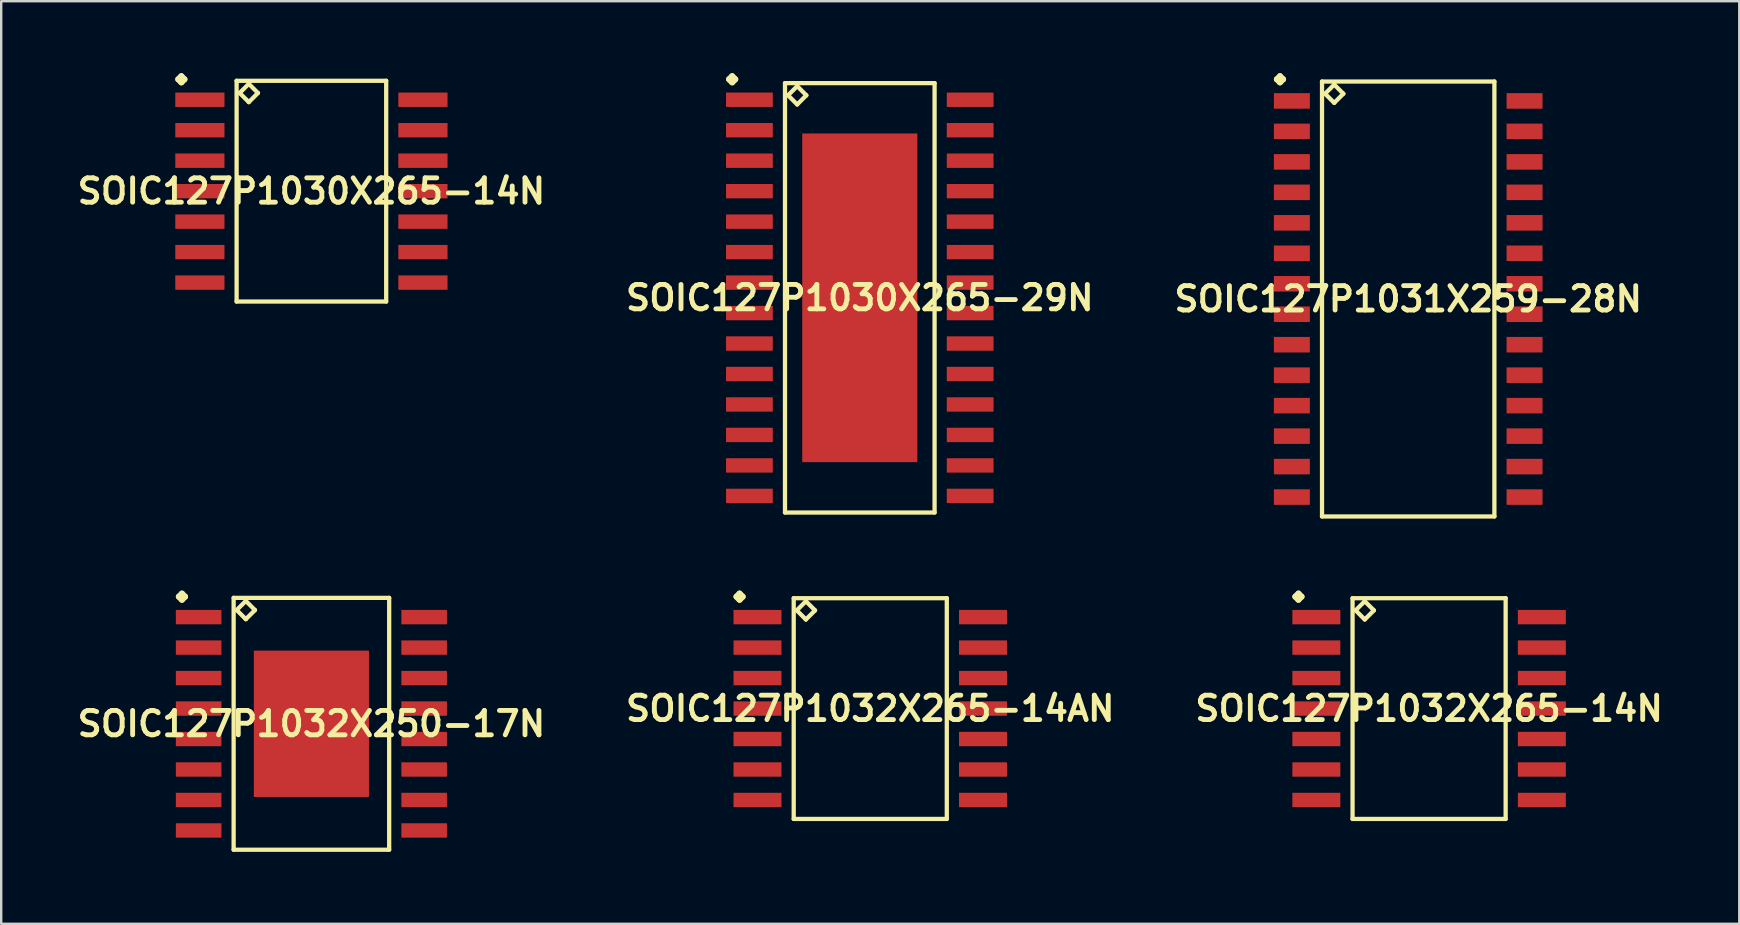
<source format=kicad_pcb>
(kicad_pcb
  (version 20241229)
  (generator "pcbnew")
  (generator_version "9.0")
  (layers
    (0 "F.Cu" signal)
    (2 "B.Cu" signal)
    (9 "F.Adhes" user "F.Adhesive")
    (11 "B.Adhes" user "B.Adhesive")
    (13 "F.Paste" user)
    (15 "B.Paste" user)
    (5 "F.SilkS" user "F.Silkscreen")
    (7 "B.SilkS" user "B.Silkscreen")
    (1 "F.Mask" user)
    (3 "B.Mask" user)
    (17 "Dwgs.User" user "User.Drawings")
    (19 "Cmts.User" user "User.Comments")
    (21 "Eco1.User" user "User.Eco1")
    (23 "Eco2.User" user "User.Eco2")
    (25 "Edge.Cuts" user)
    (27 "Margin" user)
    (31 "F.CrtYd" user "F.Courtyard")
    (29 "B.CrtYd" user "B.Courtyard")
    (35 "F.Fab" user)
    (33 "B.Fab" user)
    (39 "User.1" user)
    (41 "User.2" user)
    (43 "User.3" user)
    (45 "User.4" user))
  (footprint "SOIC127P1030X265-14N"
    (layer "F.Cu")
    (at 9.928 4.917)
    (property "Reference" "SOIC127P1030X265-14N" (at 0 0 0) (layer "F.SilkS") (effects (font (size 1.016 1.016) (thickness 0.203))))
    (attr smd)
    (fp_line (start -5.547 -4.663) (end -5.42 -4.79) (stroke (width 0.254) (type solid)) (layer "F.SilkS"))
    (fp_line (start -5.42 -4.79) (end -5.293 -4.663) (stroke (width 0.254) (type solid)) (layer "F.SilkS"))
    (fp_line (start -5.42 -4.536) (end -5.547 -4.663) (stroke (width 0.254) (type solid)) (layer "F.SilkS"))
    (fp_line (start -5.293 -4.663) (end -5.42 -4.536) (stroke (width 0.254) (type solid)) (layer "F.SilkS"))
    (fp_line (start -3.117 -4.6) (end -3.117 4.6) (stroke (width 0.178) (type solid)) (layer "F.SilkS"))
    (fp_line (start -3.117 4.6) (end 3.117 4.6) (stroke (width 0.178) (type solid)) (layer "F.SilkS"))
    (fp_line (start -2.99 -4.092) (end -2.609 -4.473) (stroke (width 0.178) (type solid)) (layer "F.SilkS"))
    (fp_line (start -2.609 -4.473) (end -2.228 -4.092) (stroke (width 0.178) (type solid)) (layer "F.SilkS"))
    (fp_line (start -2.609 -3.711) (end -2.99 -4.092) (stroke (width 0.178) (type solid)) (layer "F.SilkS"))
    (fp_line (start -2.228 -4.092) (end -2.609 -3.711) (stroke (width 0.178) (type solid)) (layer "F.SilkS"))
    (fp_line (start 3.117 -4.6) (end -3.117 -4.6) (stroke (width 0.178) (type solid)) (layer "F.SilkS"))
    (fp_line (start 3.117 4.6) (end 3.117 -4.6) (stroke (width 0.178) (type solid)) (layer "F.SilkS"))
    (pad "1" smd rect (at -4.648 -3.81) (size 2.05 0.599) (layers "F.Cu" "F.Mask" "F.Paste"))
    (pad "2" smd rect (at -4.648 -2.54) (size 2.05 0.599) (layers "F.Cu" "F.Mask" "F.Paste"))
    (pad "3" smd rect (at -4.648 -1.27) (size 2.05 0.599) (layers "F.Cu" "F.Mask" "F.Paste"))
    (pad "4" smd rect (at -4.648 0) (size 2.05 0.599) (layers "F.Cu" "F.Mask" "F.Paste"))
    (pad "5" smd rect (at -4.648 1.27) (size 2.05 0.599) (layers "F.Cu" "F.Mask" "F.Paste"))
    (pad "6" smd rect (at -4.648 2.54) (size 2.05 0.599) (layers "F.Cu" "F.Mask" "F.Paste"))
    (pad "7" smd rect (at -4.648 3.81) (size 2.05 0.599) (layers "F.Cu" "F.Mask" "F.Paste"))
    (pad "8" smd rect (at 4.648 3.81) (size 2.05 0.599) (layers "F.Cu" "F.Mask" "F.Paste"))
    (pad "9" smd rect (at 4.648 2.54) (size 2.05 0.599) (layers "F.Cu" "F.Mask" "F.Paste"))
    (pad "10" smd rect (at 4.648 1.27) (size 2.05 0.599) (layers "F.Cu" "F.Mask" "F.Paste"))
    (pad "11" smd rect (at 4.648 0) (size 2.05 0.599) (layers "F.Cu" "F.Mask" "F.Paste"))
    (pad "12" smd rect (at 4.648 -1.27) (size 2.05 0.599) (layers "F.Cu" "F.Mask" "F.Paste"))
    (pad "13" smd rect (at 4.648 -2.54) (size 2.05 0.599) (layers "F.Cu" "F.Mask" "F.Paste"))
    (pad "14" smd rect (at 4.648 -3.81) (size 2.05 0.599) (layers "F.Cu" "F.Mask" "F.Paste")))
  (footprint "SOIC127P1032X265-14N"
    (layer "F.Cu")
    (at 56.51 26.48)
    (property "Reference" "SOIC127P1032X265-14N" (at 0 0 0) (layer "F.SilkS") (effects (font (size 1.016 1.016) (thickness 0.203))))
    (attr smd)
    (fp_line (start -5.573 -4.663) (end -5.446 -4.79) (stroke (width 0.254) (type solid)) (layer "F.SilkS"))
    (fp_line (start -5.446 -4.79) (end -5.319 -4.663) (stroke (width 0.254) (type solid)) (layer "F.SilkS"))
    (fp_line (start -5.446 -4.536) (end -5.573 -4.663) (stroke (width 0.254) (type solid)) (layer "F.SilkS"))
    (fp_line (start -5.319 -4.663) (end -5.446 -4.536) (stroke (width 0.254) (type solid)) (layer "F.SilkS"))
    (fp_line (start -3.19 -4.6) (end -3.19 4.6) (stroke (width 0.178) (type solid)) (layer "F.SilkS"))
    (fp_line (start -3.19 4.6) (end 3.19 4.6) (stroke (width 0.178) (type solid)) (layer "F.SilkS"))
    (fp_line (start -3.063 -4.092) (end -2.682 -4.473) (stroke (width 0.178) (type solid)) (layer "F.SilkS"))
    (fp_line (start -2.682 -4.473) (end -2.301 -4.092) (stroke (width 0.178) (type solid)) (layer "F.SilkS"))
    (fp_line (start -2.682 -3.711) (end -3.063 -4.092) (stroke (width 0.178) (type solid)) (layer "F.SilkS"))
    (fp_line (start -2.301 -4.092) (end -2.682 -3.711) (stroke (width 0.178) (type solid)) (layer "F.SilkS"))
    (fp_line (start 3.19 -4.6) (end -3.19 -4.6) (stroke (width 0.178) (type solid)) (layer "F.SilkS"))
    (fp_line (start 3.19 4.6) (end 3.19 -4.6) (stroke (width 0.178) (type solid)) (layer "F.SilkS"))
    (pad "1" smd rect (at -4.699 -3.81) (size 1.999 0.599) (layers "F.Cu" "F.Mask" "F.Paste"))
    (pad "2" smd rect (at -4.699 -2.54) (size 1.999 0.599) (layers "F.Cu" "F.Mask" "F.Paste"))
    (pad "3" smd rect (at -4.699 -1.27) (size 1.999 0.599) (layers "F.Cu" "F.Mask" "F.Paste"))
    (pad "4" smd rect (at -4.699 0) (size 1.999 0.599) (layers "F.Cu" "F.Mask" "F.Paste"))
    (pad "5" smd rect (at -4.699 1.27) (size 1.999 0.599) (layers "F.Cu" "F.Mask" "F.Paste"))
    (pad "6" smd rect (at -4.699 2.54) (size 1.999 0.599) (layers "F.Cu" "F.Mask" "F.Paste"))
    (pad "7" smd rect (at -4.699 3.81) (size 1.999 0.599) (layers "F.Cu" "F.Mask" "F.Paste"))
    (pad "8" smd rect (at 4.699 3.81) (size 1.999 0.599) (layers "F.Cu" "F.Mask" "F.Paste"))
    (pad "9" smd rect (at 4.699 2.54) (size 1.999 0.599) (layers "F.Cu" "F.Mask" "F.Paste"))
    (pad "10" smd rect (at 4.699 1.27) (size 1.999 0.599) (layers "F.Cu" "F.Mask" "F.Paste"))
    (pad "11" smd rect (at 4.699 0) (size 1.999 0.599) (layers "F.Cu" "F.Mask" "F.Paste"))
    (pad "12" smd rect (at 4.699 -1.27) (size 1.999 0.599) (layers "F.Cu" "F.Mask" "F.Paste"))
    (pad "13" smd rect (at 4.699 -2.54) (size 1.999 0.599) (layers "F.Cu" "F.Mask" "F.Paste"))
    (pad "14" smd rect (at 4.699 -3.81) (size 1.999 0.599) (layers "F.Cu" "F.Mask" "F.Paste")))
  (footprint "SOIC127P1032X250-17N"
    (layer "F.Cu")
    (at 9.928 27.115)
    (property "Reference" "SOIC127P1032X250-17N" (at 0 0 0) (layer "F.SilkS") (effects (font (size 1.016 1.016) (thickness 0.203))))
    (attr smd)
    (fp_line (start -5.522 -5.298) (end -5.395 -5.425) (stroke (width 0.254) (type solid)) (layer "F.SilkS"))
    (fp_line (start -5.395 -5.425) (end -5.268 -5.298) (stroke (width 0.254) (type solid)) (layer "F.SilkS"))
    (fp_line (start -5.395 -5.171) (end -5.522 -5.298) (stroke (width 0.254) (type solid)) (layer "F.SilkS"))
    (fp_line (start -5.268 -5.298) (end -5.395 -5.171) (stroke (width 0.254) (type solid)) (layer "F.SilkS"))
    (fp_line (start -3.241 -5.248) (end -3.241 5.248) (stroke (width 0.178) (type solid)) (layer "F.SilkS"))
    (fp_line (start -3.241 5.248) (end 3.241 5.248) (stroke (width 0.178) (type solid)) (layer "F.SilkS"))
    (fp_line (start -3.114 -4.74) (end -2.733 -5.121) (stroke (width 0.178) (type solid)) (layer "F.SilkS"))
    (fp_line (start -2.733 -5.121) (end -2.352 -4.74) (stroke (width 0.178) (type solid)) (layer "F.SilkS"))
    (fp_line (start -2.733 -4.359) (end -3.114 -4.74) (stroke (width 0.178) (type solid)) (layer "F.SilkS"))
    (fp_line (start -2.352 -4.74) (end -2.733 -4.359) (stroke (width 0.178) (type solid)) (layer "F.SilkS"))
    (fp_line (start 3.241 -5.248) (end -3.241 -5.248) (stroke (width 0.178) (type solid)) (layer "F.SilkS"))
    (fp_line (start 3.241 5.248) (end 3.241 -5.248) (stroke (width 0.178) (type solid)) (layer "F.SilkS"))
    (pad "1" smd rect (at -4.699 -4.445) (size 1.9 0.599) (layers "F.Cu" "F.Mask" "F.Paste"))
    (pad "2" smd rect (at -4.699 -3.175) (size 1.9 0.599) (layers "F.Cu" "F.Mask" "F.Paste"))
    (pad "3" smd rect (at -4.699 -1.905) (size 1.9 0.599) (layers "F.Cu" "F.Mask" "F.Paste"))
    (pad "4" smd rect (at -4.699 -0.635) (size 1.9 0.599) (layers "F.Cu" "F.Mask" "F.Paste"))
    (pad "5" smd rect (at -4.699 0.635) (size 1.9 0.599) (layers "F.Cu" "F.Mask" "F.Paste"))
    (pad "6" smd rect (at -4.699 1.905) (size 1.9 0.599) (layers "F.Cu" "F.Mask" "F.Paste"))
    (pad "7" smd rect (at -4.699 3.175) (size 1.9 0.599) (layers "F.Cu" "F.Mask" "F.Paste"))
    (pad "8" smd rect (at -4.699 4.445) (size 1.9 0.599) (layers "F.Cu" "F.Mask" "F.Paste"))
    (pad "9" smd rect (at 4.699 4.445) (size 1.9 0.599) (layers "F.Cu" "F.Mask" "F.Paste"))
    (pad "10" smd rect (at 4.699 3.175) (size 1.9 0.599) (layers "F.Cu" "F.Mask" "F.Paste"))
    (pad "11" smd rect (at 4.699 1.905) (size 1.9 0.599) (layers "F.Cu" "F.Mask" "F.Paste"))
    (pad "12" smd rect (at 4.699 0.635) (size 1.9 0.599) (layers "F.Cu" "F.Mask" "F.Paste"))
    (pad "13" smd rect (at 4.699 -0.635) (size 1.9 0.599) (layers "F.Cu" "F.Mask" "F.Paste"))
    (pad "14" smd rect (at 4.699 -1.905) (size 1.9 0.599) (layers "F.Cu" "F.Mask" "F.Paste"))
    (pad "15" smd rect (at 4.699 -3.175) (size 1.9 0.599) (layers "F.Cu" "F.Mask" "F.Paste"))
    (pad "16" smd rect (at 4.699 -4.445) (size 1.9 0.599) (layers "F.Cu" "F.Mask" "F.Paste"))
    (pad "17" smd rect (at 0 0) (size 4.798 6.099) (layers "F.Cu" "F.Mask" "F.Paste")))
  (footprint "SOIC127P1031X259-28N"
    (layer "F.Cu")
    (at 55.639 9.411)
    (property "Reference" "SOIC127P1031X259-28N" (at 0 0 0) (layer "F.SilkS") (effects (font (size 1.016 1.016) (thickness 0.203))))
    (attr smd)
    (fp_line (start -5.471 -9.157) (end -5.344 -9.284) (stroke (width 0.254) (type solid)) (layer "F.SilkS"))
    (fp_line (start -5.344 -9.284) (end -5.217 -9.157) (stroke (width 0.254) (type solid)) (layer "F.SilkS"))
    (fp_line (start -5.344 -9.03) (end -5.471 -9.157) (stroke (width 0.254) (type solid)) (layer "F.SilkS"))
    (fp_line (start -5.217 -9.157) (end -5.344 -9.03) (stroke (width 0.254) (type solid)) (layer "F.SilkS"))
    (fp_line (start -3.592 -9.063) (end -3.592 9.063) (stroke (width 0.178) (type solid)) (layer "F.SilkS"))
    (fp_line (start -3.592 9.063) (end 3.592 9.063) (stroke (width 0.178) (type solid)) (layer "F.SilkS"))
    (fp_line (start -3.465 -8.555) (end -3.084 -8.936) (stroke (width 0.178) (type solid)) (layer "F.SilkS"))
    (fp_line (start -3.084 -8.936) (end -2.703 -8.555) (stroke (width 0.178) (type solid)) (layer "F.SilkS"))
    (fp_line (start -3.084 -8.174) (end -3.465 -8.555) (stroke (width 0.178) (type solid)) (layer "F.SilkS"))
    (fp_line (start -2.703 -8.555) (end -3.084 -8.174) (stroke (width 0.178) (type solid)) (layer "F.SilkS"))
    (fp_line (start 3.592 -9.063) (end -3.592 -9.063) (stroke (width 0.178) (type solid)) (layer "F.SilkS"))
    (fp_line (start 3.592 9.063) (end 3.592 -9.063) (stroke (width 0.178) (type solid)) (layer "F.SilkS"))
    (pad "1" smd rect (at -4.849 -8.255) (size 1.499 0.648) (layers "F.Cu" "F.Mask" "F.Paste"))
    (pad "2" smd rect (at -4.849 -6.985) (size 1.499 0.648) (layers "F.Cu" "F.Mask" "F.Paste"))
    (pad "3" smd rect (at -4.849 -5.715) (size 1.499 0.648) (layers "F.Cu" "F.Mask" "F.Paste"))
    (pad "4" smd rect (at -4.849 -4.445) (size 1.499 0.648) (layers "F.Cu" "F.Mask" "F.Paste"))
    (pad "5" smd rect (at -4.849 -3.175) (size 1.499 0.648) (layers "F.Cu" "F.Mask" "F.Paste"))
    (pad "6" smd rect (at -4.849 -1.905) (size 1.499 0.648) (layers "F.Cu" "F.Mask" "F.Paste"))
    (pad "7" smd rect (at -4.849 -0.635) (size 1.499 0.648) (layers "F.Cu" "F.Mask" "F.Paste"))
    (pad "8" smd rect (at -4.849 0.635) (size 1.499 0.648) (layers "F.Cu" "F.Mask" "F.Paste"))
    (pad "9" smd rect (at -4.849 1.905) (size 1.499 0.648) (layers "F.Cu" "F.Mask" "F.Paste"))
    (pad "10" smd rect (at -4.849 3.175) (size 1.499 0.648) (layers "F.Cu" "F.Mask" "F.Paste"))
    (pad "11" smd rect (at -4.849 4.445) (size 1.499 0.648) (layers "F.Cu" "F.Mask" "F.Paste"))
    (pad "12" smd rect (at -4.849 5.715) (size 1.499 0.648) (layers "F.Cu" "F.Mask" "F.Paste"))
    (pad "13" smd rect (at -4.849 6.985) (size 1.499 0.648) (layers "F.Cu" "F.Mask" "F.Paste"))
    (pad "14" smd rect (at -4.849 8.255) (size 1.499 0.648) (layers "F.Cu" "F.Mask" "F.Paste"))
    (pad "15" smd rect (at 4.849 8.255) (size 1.499 0.648) (layers "F.Cu" "F.Mask" "F.Paste"))
    (pad "16" smd rect (at 4.849 6.985) (size 1.499 0.648) (layers "F.Cu" "F.Mask" "F.Paste"))
    (pad "17" smd rect (at 4.849 5.715) (size 1.499 0.648) (layers "F.Cu" "F.Mask" "F.Paste"))
    (pad "18" smd rect (at 4.849 4.445) (size 1.499 0.648) (layers "F.Cu" "F.Mask" "F.Paste"))
    (pad "19" smd rect (at 4.849 3.175) (size 1.499 0.648) (layers "F.Cu" "F.Mask" "F.Paste"))
    (pad "20" smd rect (at 4.849 1.905) (size 1.499 0.648) (layers "F.Cu" "F.Mask" "F.Paste"))
    (pad "21" smd rect (at 4.849 0.635) (size 1.499 0.648) (layers "F.Cu" "F.Mask" "F.Paste"))
    (pad "22" smd rect (at 4.849 -0.635) (size 1.499 0.648) (layers "F.Cu" "F.Mask" "F.Paste"))
    (pad "23" smd rect (at 4.849 -1.905) (size 1.499 0.648) (layers "F.Cu" "F.Mask" "F.Paste"))
    (pad "24" smd rect (at 4.849 -3.175) (size 1.499 0.648) (layers "F.Cu" "F.Mask" "F.Paste"))
    (pad "25" smd rect (at 4.849 -4.445) (size 1.499 0.648) (layers "F.Cu" "F.Mask" "F.Paste"))
    (pad "26" smd rect (at 4.849 -5.715) (size 1.499 0.648) (layers "F.Cu" "F.Mask" "F.Paste"))
    (pad "27" smd rect (at 4.849 -6.985) (size 1.499 0.648) (layers "F.Cu" "F.Mask" "F.Paste"))
    (pad "28" smd rect (at 4.849 -8.255) (size 1.499 0.648) (layers "F.Cu" "F.Mask" "F.Paste")))
  (footprint "SOIC127P1030X265-29N"
    (layer "F.Cu")
    (at 32.783 9.362)
    (property "Reference" "SOIC127P1030X265-29N" (at 0 0 0) (layer "F.SilkS") (effects (font (size 1.016 1.016) (thickness 0.203))))
    (attr smd)
    (fp_line (start -5.446 -9.108) (end -5.319 -9.235) (stroke (width 0.254) (type solid)) (layer "F.SilkS"))
    (fp_line (start -5.319 -9.235) (end -5.192 -9.108) (stroke (width 0.254) (type solid)) (layer "F.SilkS"))
    (fp_line (start -5.319 -8.981) (end -5.446 -9.108) (stroke (width 0.254) (type solid)) (layer "F.SilkS"))
    (fp_line (start -5.192 -9.108) (end -5.319 -8.981) (stroke (width 0.254) (type solid)) (layer "F.SilkS"))
    (fp_line (start -3.117 -8.948) (end -3.117 8.948) (stroke (width 0.178) (type solid)) (layer "F.SilkS"))
    (fp_line (start -3.117 8.948) (end 3.117 8.948) (stroke (width 0.178) (type solid)) (layer "F.SilkS"))
    (fp_line (start -2.99 -8.44) (end -2.609 -8.821) (stroke (width 0.178) (type solid)) (layer "F.SilkS"))
    (fp_line (start -2.609 -8.821) (end -2.228 -8.44) (stroke (width 0.178) (type solid)) (layer "F.SilkS"))
    (fp_line (start -2.609 -8.059) (end -2.99 -8.44) (stroke (width 0.178) (type solid)) (layer "F.SilkS"))
    (fp_line (start -2.228 -8.44) (end -2.609 -8.059) (stroke (width 0.178) (type solid)) (layer "F.SilkS"))
    (fp_line (start 3.117 -8.948) (end -3.117 -8.948) (stroke (width 0.178) (type solid)) (layer "F.SilkS"))
    (fp_line (start 3.117 8.948) (end 3.117 -8.948) (stroke (width 0.178) (type solid)) (layer "F.SilkS"))
    (pad "1" smd rect (at -4.6 -8.255) (size 1.948 0.599) (layers "F.Cu" "F.Mask" "F.Paste"))
    (pad "2" smd rect (at -4.6 -6.985) (size 1.948 0.599) (layers "F.Cu" "F.Mask" "F.Paste"))
    (pad "3" smd rect (at -4.6 -5.715) (size 1.948 0.599) (layers "F.Cu" "F.Mask" "F.Paste"))
    (pad "4" smd rect (at -4.6 -4.445) (size 1.948 0.599) (layers "F.Cu" "F.Mask" "F.Paste"))
    (pad "5" smd rect (at -4.6 -3.175) (size 1.948 0.599) (layers "F.Cu" "F.Mask" "F.Paste"))
    (pad "6" smd rect (at -4.6 -1.905) (size 1.948 0.599) (layers "F.Cu" "F.Mask" "F.Paste"))
    (pad "7" smd rect (at -4.6 -0.635) (size 1.948 0.599) (layers "F.Cu" "F.Mask" "F.Paste"))
    (pad "8" smd rect (at -4.6 0.635) (size 1.948 0.599) (layers "F.Cu" "F.Mask" "F.Paste"))
    (pad "9" smd rect (at -4.6 1.905) (size 1.948 0.599) (layers "F.Cu" "F.Mask" "F.Paste"))
    (pad "10" smd rect (at -4.6 3.175) (size 1.948 0.599) (layers "F.Cu" "F.Mask" "F.Paste"))
    (pad "11" smd rect (at -4.6 4.445) (size 1.948 0.599) (layers "F.Cu" "F.Mask" "F.Paste"))
    (pad "12" smd rect (at -4.6 5.715) (size 1.948 0.599) (layers "F.Cu" "F.Mask" "F.Paste"))
    (pad "13" smd rect (at -4.6 6.985) (size 1.948 0.599) (layers "F.Cu" "F.Mask" "F.Paste"))
    (pad "14" smd rect (at -4.6 8.255) (size 1.948 0.599) (layers "F.Cu" "F.Mask" "F.Paste"))
    (pad "15" smd rect (at 4.6 8.255) (size 1.948 0.599) (layers "F.Cu" "F.Mask" "F.Paste"))
    (pad "16" smd rect (at 4.6 6.985) (size 1.948 0.599) (layers "F.Cu" "F.Mask" "F.Paste"))
    (pad "17" smd rect (at 4.6 5.715) (size 1.948 0.599) (layers "F.Cu" "F.Mask" "F.Paste"))
    (pad "18" smd rect (at 4.6 4.445) (size 1.948 0.599) (layers "F.Cu" "F.Mask" "F.Paste"))
    (pad "19" smd rect (at 4.6 3.175) (size 1.948 0.599) (layers "F.Cu" "F.Mask" "F.Paste"))
    (pad "20" smd rect (at 4.6 1.905) (size 1.948 0.599) (layers "F.Cu" "F.Mask" "F.Paste"))
    (pad "21" smd rect (at 4.6 0.635) (size 1.948 0.599) (layers "F.Cu" "F.Mask" "F.Paste"))
    (pad "22" smd rect (at 4.6 -0.635) (size 1.948 0.599) (layers "F.Cu" "F.Mask" "F.Paste"))
    (pad "23" smd rect (at 4.6 -1.905) (size 1.948 0.599) (layers "F.Cu" "F.Mask" "F.Paste"))
    (pad "24" smd rect (at 4.6 -3.175) (size 1.948 0.599) (layers "F.Cu" "F.Mask" "F.Paste"))
    (pad "25" smd rect (at 4.6 -4.445) (size 1.948 0.599) (layers "F.Cu" "F.Mask" "F.Paste"))
    (pad "26" smd rect (at 4.6 -5.715) (size 1.948 0.599) (layers "F.Cu" "F.Mask" "F.Paste"))
    (pad "27" smd rect (at 4.6 -6.985) (size 1.948 0.599) (layers "F.Cu" "F.Mask" "F.Paste"))
    (pad "28" smd rect (at 4.6 -8.255) (size 1.948 0.599) (layers "F.Cu" "F.Mask" "F.Paste"))
    (pad "29" smd rect (at 0 0) (size 4.798 13.698) (layers "F.Cu" "F.Mask" "F.Paste")))
  (footprint "SOIC127P1032X265-14AN"
    (layer "F.Cu")
    (at 33.219 26.48)
    (property "Reference" "SOIC127P1032X265-14AN" (at 0 0 0) (layer "F.SilkS") (effects (font (size 1.016 1.016) (thickness 0.203))))
    (attr smd)
    (fp_line (start -5.573 -4.663) (end -5.446 -4.79) (stroke (width 0.254) (type solid)) (layer "F.SilkS"))
    (fp_line (start -5.446 -4.79) (end -5.319 -4.663) (stroke (width 0.254) (type solid)) (layer "F.SilkS"))
    (fp_line (start -5.446 -4.536) (end -5.573 -4.663) (stroke (width 0.254) (type solid)) (layer "F.SilkS"))
    (fp_line (start -5.319 -4.663) (end -5.446 -4.536) (stroke (width 0.254) (type solid)) (layer "F.SilkS"))
    (fp_line (start -3.19 -4.6) (end -3.19 4.6) (stroke (width 0.178) (type solid)) (layer "F.SilkS"))
    (fp_line (start -3.19 4.6) (end 3.19 4.6) (stroke (width 0.178) (type solid)) (layer "F.SilkS"))
    (fp_line (start -3.063 -4.092) (end -2.682 -4.473) (stroke (width 0.178) (type solid)) (layer "F.SilkS"))
    (fp_line (start -2.682 -4.473) (end -2.301 -4.092) (stroke (width 0.178) (type solid)) (layer "F.SilkS"))
    (fp_line (start -2.682 -3.711) (end -3.063 -4.092) (stroke (width 0.178) (type solid)) (layer "F.SilkS"))
    (fp_line (start -2.301 -4.092) (end -2.682 -3.711) (stroke (width 0.178) (type solid)) (layer "F.SilkS"))
    (fp_line (start 3.19 -4.6) (end -3.19 -4.6) (stroke (width 0.178) (type solid)) (layer "F.SilkS"))
    (fp_line (start 3.19 4.6) (end 3.19 -4.6) (stroke (width 0.178) (type solid)) (layer "F.SilkS"))
    (pad "1" smd rect (at -4.699 -3.81) (size 1.999 0.599) (layers "F.Cu" "F.Mask" "F.Paste"))
    (pad "2" smd rect (at -4.699 -2.54) (size 1.999 0.599) (layers "F.Cu" "F.Mask" "F.Paste"))
    (pad "3" smd rect (at -4.699 -1.27) (size 1.999 0.599) (layers "F.Cu" "F.Mask" "F.Paste"))
    (pad "4" smd rect (at -4.699 0) (size 1.999 0.599) (layers "F.Cu" "F.Mask" "F.Paste"))
    (pad "5" smd rect (at -4.699 1.27) (size 1.999 0.599) (layers "F.Cu" "F.Mask" "F.Paste"))
    (pad "6" smd rect (at -4.699 2.54) (size 1.999 0.599) (layers "F.Cu" "F.Mask" "F.Paste"))
    (pad "7" smd rect (at -4.699 3.81) (size 1.999 0.599) (layers "F.Cu" "F.Mask" "F.Paste"))
    (pad "8" smd rect (at 4.699 3.81) (size 1.999 0.599) (layers "F.Cu" "F.Mask" "F.Paste"))
    (pad "9" smd rect (at 4.699 2.54) (size 1.999 0.599) (layers "F.Cu" "F.Mask" "F.Paste"))
    (pad "10" smd rect (at 4.699 1.27) (size 1.999 0.599) (layers "F.Cu" "F.Mask" "F.Paste"))
    (pad "11" smd rect (at 4.699 0) (size 1.999 0.599) (layers "F.Cu" "F.Mask" "F.Paste"))
    (pad "12" smd rect (at 4.699 -1.27) (size 1.999 0.599) (layers "F.Cu" "F.Mask" "F.Paste"))
    (pad "13" smd rect (at 4.699 -2.54) (size 1.999 0.599) (layers "F.Cu" "F.Mask" "F.Paste"))
    (pad "14" smd rect (at 4.699 -3.81) (size 1.999 0.599) (layers "F.Cu" "F.Mask" "F.Paste")))
  (gr_rect
    (start -3 -3)
    (end 69.437 35.451)
    (stroke (width 0.1) (type default))
    (fill no)
    (layer "Edge.Cuts")))
</source>
